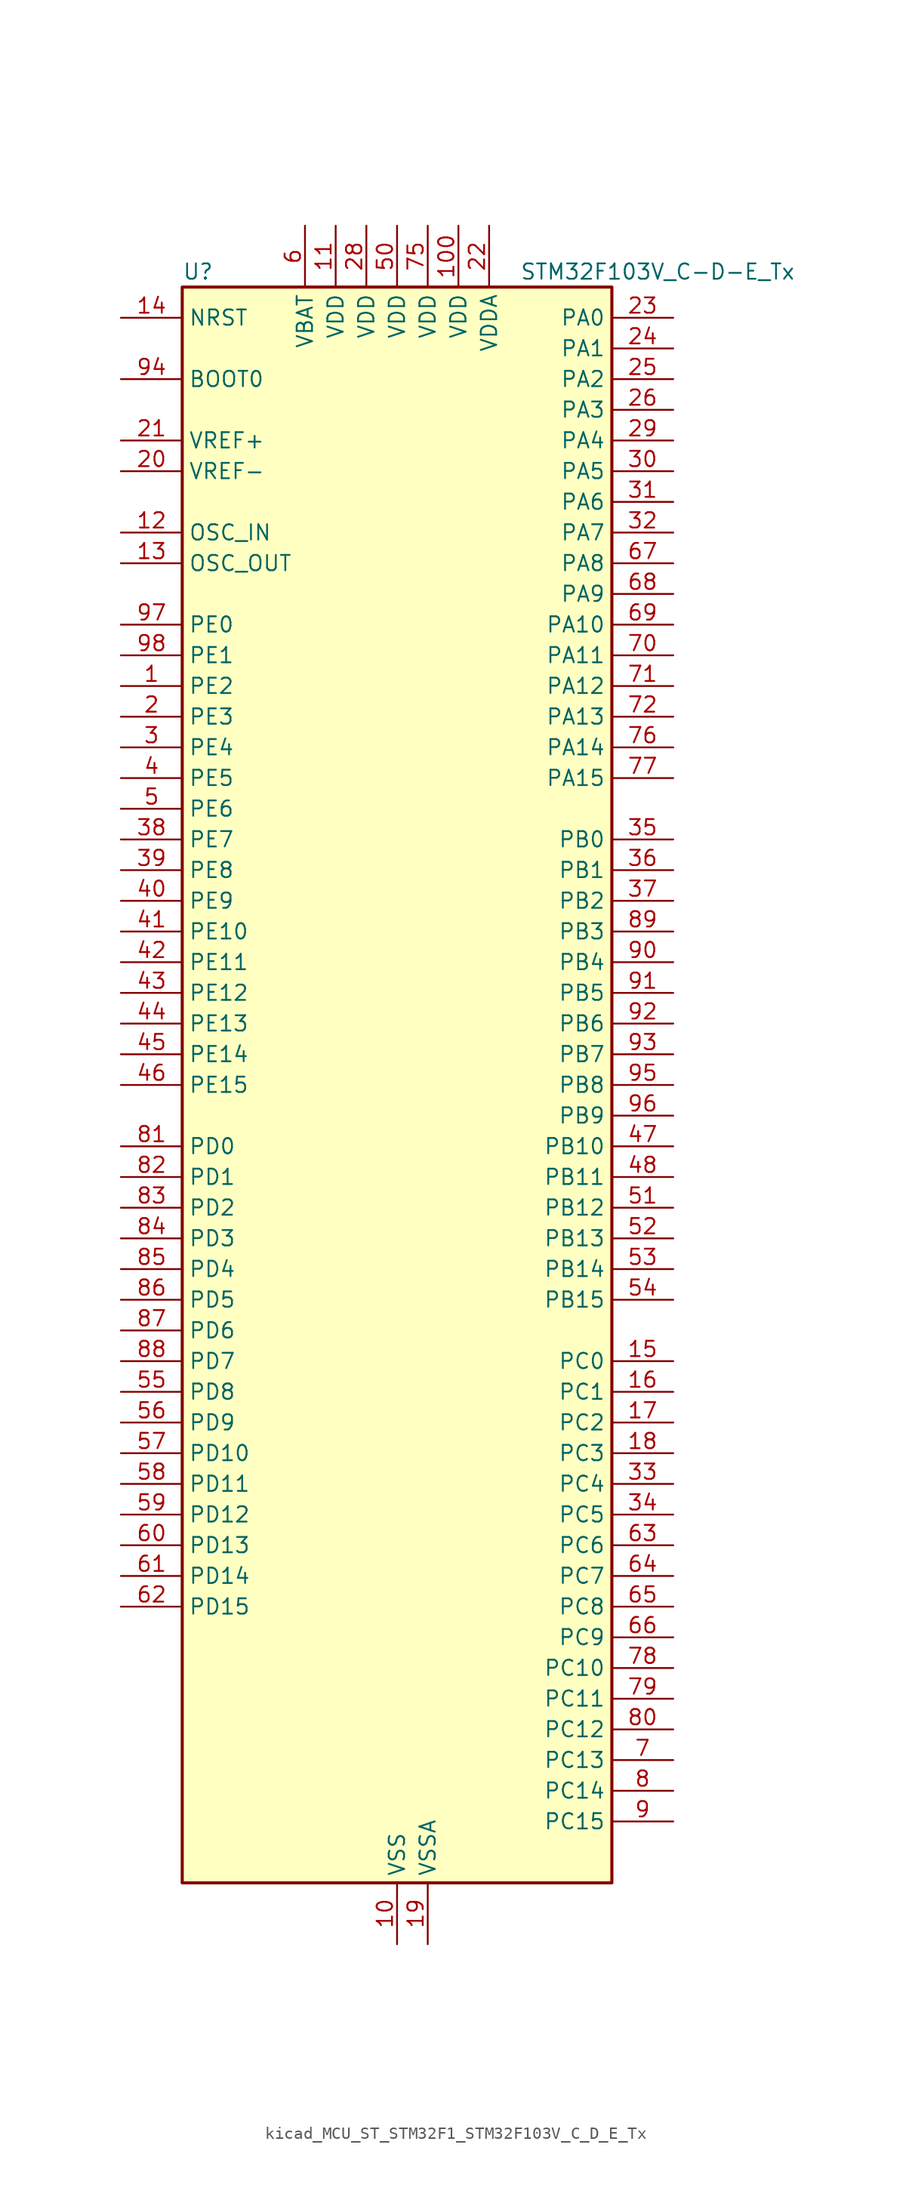
<source format=kicad_sym>
(kicad_symbol_lib
  (version 20220914)
  (generator kicad_symbol_editor)
  (symbol "kicad_MCU_ST_STM32F1_STM32F103V_C_D_E_Tx"
    (property "Reference" "U"
      (at -17.78 67.31 0)
      (effects (font (size 1.27 1.27)) (justify left)))
    (property "Value" "STM32F103V_C-D-E_Tx"
      (at 10.16 67.31 0)
      (effects (font (size 1.27 1.27)) (justify left)))
    (property "ki_locked" ""
      (at 0 0 0)
      (effects (font (size 1.27 1.27))))
    (symbol "kicad_MCU_ST_STM32F1_STM32F103V_C_D_E_Tx_0_1"
      (rectangle (start -17.78 -66.04) (end 17.78 66.04) (stroke (width 0.254) (type default)) (fill (type background))))
    (symbol "kicad_MCU_ST_STM32F1_STM32F103V_C_D_E_Tx_1_1"
      (pin bidirectional line (at -22.86 33.02 0) (length 5.08) (name "PE2" (effects (font (size 1.27 1.27)))) (number "1" (effects (font (size 1.27 1.27)))) (alternate "FSMC_A23" bidirectional line) (alternate "SYS_TRACECLK" bidirectional line))
      (pin power_in line (at 0 -71.12 90) (length 5.08) (name "VSS" (effects (font (size 1.27 1.27)))) (number "10" (effects (font (size 1.27 1.27)))))
      (pin power_in line (at 5.08 71.12 270) (length 5.08) (name "VDD" (effects (font (size 1.27 1.27)))) (number "100" (effects (font (size 1.27 1.27)))))
      (pin power_in line (at -5.08 71.12 270) (length 5.08) (name "VDD" (effects (font (size 1.27 1.27)))) (number "11" (effects (font (size 1.27 1.27)))))
      (pin input line (at -22.86 45.72 0) (length 5.08) (name "OSC_IN" (effects (font (size 1.27 1.27)))) (number "12" (effects (font (size 1.27 1.27)))) (alternate "RCC_OSC_IN" bidirectional line))
      (pin input line (at -22.86 43.18 0) (length 5.08) (name "OSC_OUT" (effects (font (size 1.27 1.27)))) (number "13" (effects (font (size 1.27 1.27)))) (alternate "RCC_OSC_OUT" bidirectional line))
      (pin input line (at -22.86 63.5 0) (length 5.08) (name "NRST" (effects (font (size 1.27 1.27)))) (number "14" (effects (font (size 1.27 1.27)))))
      (pin bidirectional line (at 22.86 -22.86 180) (length 5.08) (name "PC0" (effects (font (size 1.27 1.27)))) (number "15" (effects (font (size 1.27 1.27)))) (alternate "ADC1_IN10" bidirectional line) (alternate "ADC2_IN10" bidirectional line) (alternate "ADC3_IN10" bidirectional line))
      (pin bidirectional line (at 22.86 -25.4 180) (length 5.08) (name "PC1" (effects (font (size 1.27 1.27)))) (number "16" (effects (font (size 1.27 1.27)))) (alternate "ADC1_IN11" bidirectional line) (alternate "ADC2_IN11" bidirectional line) (alternate "ADC3_IN11" bidirectional line))
      (pin bidirectional line (at 22.86 -27.94 180) (length 5.08) (name "PC2" (effects (font (size 1.27 1.27)))) (number "17" (effects (font (size 1.27 1.27)))) (alternate "ADC1_IN12" bidirectional line) (alternate "ADC2_IN12" bidirectional line) (alternate "ADC3_IN12" bidirectional line))
      (pin bidirectional line (at 22.86 -30.48 180) (length 5.08) (name "PC3" (effects (font (size 1.27 1.27)))) (number "18" (effects (font (size 1.27 1.27)))) (alternate "ADC1_IN13" bidirectional line) (alternate "ADC2_IN13" bidirectional line) (alternate "ADC3_IN13" bidirectional line))
      (pin power_in line (at 2.54 -71.12 90) (length 5.08) (name "VSSA" (effects (font (size 1.27 1.27)))) (number "19" (effects (font (size 1.27 1.27)))))
      (pin bidirectional line (at -22.86 30.48 0) (length 5.08) (name "PE3" (effects (font (size 1.27 1.27)))) (number "2" (effects (font (size 1.27 1.27)))) (alternate "FSMC_A19" bidirectional line) (alternate "SYS_TRACED0" bidirectional line))
      (pin input line (at -22.86 50.8 0) (length 5.08) (name "VREF-" (effects (font (size 1.27 1.27)))) (number "20" (effects (font (size 1.27 1.27)))))
      (pin input line (at -22.86 53.34 0) (length 5.08) (name "VREF+" (effects (font (size 1.27 1.27)))) (number "21" (effects (font (size 1.27 1.27)))))
      (pin power_in line (at 7.62 71.12 270) (length 5.08) (name "VDDA" (effects (font (size 1.27 1.27)))) (number "22" (effects (font (size 1.27 1.27)))))
      (pin bidirectional line (at 22.86 63.5 180) (length 5.08) (name "PA0" (effects (font (size 1.27 1.27)))) (number "23" (effects (font (size 1.27 1.27)))) (alternate "ADC1_IN0" bidirectional line) (alternate "ADC2_IN0" bidirectional line) (alternate "ADC3_IN0" bidirectional line) (alternate "SYS_WKUP" bidirectional line) (alternate "TIM2_CH1" bidirectional line) (alternate "TIM2_ETR" bidirectional line) (alternate "TIM5_CH1" bidirectional line) (alternate "TIM8_ETR" bidirectional line) (alternate "USART2_CTS" bidirectional line))
      (pin bidirectional line (at 22.86 60.96 180) (length 5.08) (name "PA1" (effects (font (size 1.27 1.27)))) (number "24" (effects (font (size 1.27 1.27)))) (alternate "ADC1_IN1" bidirectional line) (alternate "ADC2_IN1" bidirectional line) (alternate "ADC3_IN1" bidirectional line) (alternate "TIM2_CH2" bidirectional line) (alternate "TIM5_CH2" bidirectional line) (alternate "USART2_RTS" bidirectional line))
      (pin bidirectional line (at 22.86 58.42 180) (length 5.08) (name "PA2" (effects (font (size 1.27 1.27)))) (number "25" (effects (font (size 1.27 1.27)))) (alternate "ADC1_IN2" bidirectional line) (alternate "ADC2_IN2" bidirectional line) (alternate "ADC3_IN2" bidirectional line) (alternate "TIM2_CH3" bidirectional line) (alternate "TIM5_CH3" bidirectional line) (alternate "USART2_TX" bidirectional line))
      (pin bidirectional line (at 22.86 55.88 180) (length 5.08) (name "PA3" (effects (font (size 1.27 1.27)))) (number "26" (effects (font (size 1.27 1.27)))) (alternate "ADC1_IN3" bidirectional line) (alternate "ADC2_IN3" bidirectional line) (alternate "ADC3_IN3" bidirectional line) (alternate "TIM2_CH4" bidirectional line) (alternate "TIM5_CH4" bidirectional line) (alternate "USART2_RX" bidirectional line))
      (pin passive line (at 0 -71.12 90) (length 5.08) hide (name "VSS" (effects (font (size 1.27 1.27)))) (number "27" (effects (font (size 1.27 1.27)))))
      (pin power_in line (at -2.54 71.12 270) (length 5.08) (name "VDD" (effects (font (size 1.27 1.27)))) (number "28" (effects (font (size 1.27 1.27)))))
      (pin bidirectional line (at 22.86 53.34 180) (length 5.08) (name "PA4" (effects (font (size 1.27 1.27)))) (number "29" (effects (font (size 1.27 1.27)))) (alternate "ADC1_IN4" bidirectional line) (alternate "ADC2_IN4" bidirectional line) (alternate "DAC_OUT1" bidirectional line) (alternate "SPI1_NSS" bidirectional line) (alternate "USART2_CK" bidirectional line))
      (pin bidirectional line (at -22.86 27.94 0) (length 5.08) (name "PE4" (effects (font (size 1.27 1.27)))) (number "3" (effects (font (size 1.27 1.27)))) (alternate "FSMC_A20" bidirectional line) (alternate "SYS_TRACED1" bidirectional line))
      (pin bidirectional line (at 22.86 50.8 180) (length 5.08) (name "PA5" (effects (font (size 1.27 1.27)))) (number "30" (effects (font (size 1.27 1.27)))) (alternate "ADC1_IN5" bidirectional line) (alternate "ADC2_IN5" bidirectional line) (alternate "DAC_OUT2" bidirectional line) (alternate "SPI1_SCK" bidirectional line))
      (pin bidirectional line (at 22.86 48.26 180) (length 5.08) (name "PA6" (effects (font (size 1.27 1.27)))) (number "31" (effects (font (size 1.27 1.27)))) (alternate "ADC1_IN6" bidirectional line) (alternate "ADC2_IN6" bidirectional line) (alternate "SPI1_MISO" bidirectional line) (alternate "TIM1_BKIN" bidirectional line) (alternate "TIM3_CH1" bidirectional line) (alternate "TIM8_BKIN" bidirectional line))
      (pin bidirectional line (at 22.86 45.72 180) (length 5.08) (name "PA7" (effects (font (size 1.27 1.27)))) (number "32" (effects (font (size 1.27 1.27)))) (alternate "ADC1_IN7" bidirectional line) (alternate "ADC2_IN7" bidirectional line) (alternate "SPI1_MOSI" bidirectional line) (alternate "TIM1_CH1N" bidirectional line) (alternate "TIM3_CH2" bidirectional line) (alternate "TIM8_CH1N" bidirectional line))
      (pin bidirectional line (at 22.86 -33.02 180) (length 5.08) (name "PC4" (effects (font (size 1.27 1.27)))) (number "33" (effects (font (size 1.27 1.27)))) (alternate "ADC1_IN14" bidirectional line) (alternate "ADC2_IN14" bidirectional line))
      (pin bidirectional line (at 22.86 -35.56 180) (length 5.08) (name "PC5" (effects (font (size 1.27 1.27)))) (number "34" (effects (font (size 1.27 1.27)))) (alternate "ADC1_IN15" bidirectional line) (alternate "ADC2_IN15" bidirectional line))
      (pin bidirectional line (at 22.86 20.32 180) (length 5.08) (name "PB0" (effects (font (size 1.27 1.27)))) (number "35" (effects (font (size 1.27 1.27)))) (alternate "ADC1_IN8" bidirectional line) (alternate "ADC2_IN8" bidirectional line) (alternate "TIM1_CH2N" bidirectional line) (alternate "TIM3_CH3" bidirectional line) (alternate "TIM8_CH2N" bidirectional line))
      (pin bidirectional line (at 22.86 17.78 180) (length 5.08) (name "PB1" (effects (font (size 1.27 1.27)))) (number "36" (effects (font (size 1.27 1.27)))) (alternate "ADC1_IN9" bidirectional line) (alternate "ADC2_IN9" bidirectional line) (alternate "TIM1_CH3N" bidirectional line) (alternate "TIM3_CH4" bidirectional line) (alternate "TIM8_CH3N" bidirectional line))
      (pin bidirectional line (at 22.86 15.24 180) (length 5.08) (name "PB2" (effects (font (size 1.27 1.27)))) (number "37" (effects (font (size 1.27 1.27)))))
      (pin bidirectional line (at -22.86 20.32 0) (length 5.08) (name "PE7" (effects (font (size 1.27 1.27)))) (number "38" (effects (font (size 1.27 1.27)))) (alternate "FSMC_D4" bidirectional line) (alternate "FSMC_DA4" bidirectional line) (alternate "TIM1_ETR" bidirectional line))
      (pin bidirectional line (at -22.86 17.78 0) (length 5.08) (name "PE8" (effects (font (size 1.27 1.27)))) (number "39" (effects (font (size 1.27 1.27)))) (alternate "FSMC_D5" bidirectional line) (alternate "FSMC_DA5" bidirectional line) (alternate "TIM1_CH1N" bidirectional line))
      (pin bidirectional line (at -22.86 25.4 0) (length 5.08) (name "PE5" (effects (font (size 1.27 1.27)))) (number "4" (effects (font (size 1.27 1.27)))) (alternate "FSMC_A21" bidirectional line) (alternate "SYS_TRACED2" bidirectional line))
      (pin bidirectional line (at -22.86 15.24 0) (length 5.08) (name "PE9" (effects (font (size 1.27 1.27)))) (number "40" (effects (font (size 1.27 1.27)))) (alternate "DAC_EXTI9" bidirectional line) (alternate "FSMC_D6" bidirectional line) (alternate "FSMC_DA6" bidirectional line) (alternate "TIM1_CH1" bidirectional line))
      (pin bidirectional line (at -22.86 12.7 0) (length 5.08) (name "PE10" (effects (font (size 1.27 1.27)))) (number "41" (effects (font (size 1.27 1.27)))) (alternate "FSMC_D7" bidirectional line) (alternate "FSMC_DA7" bidirectional line) (alternate "TIM1_CH2N" bidirectional line))
      (pin bidirectional line (at -22.86 10.16 0) (length 5.08) (name "PE11" (effects (font (size 1.27 1.27)))) (number "42" (effects (font (size 1.27 1.27)))) (alternate "ADC1_EXTI11" bidirectional line) (alternate "ADC2_EXTI11" bidirectional line) (alternate "FSMC_D8" bidirectional line) (alternate "FSMC_DA8" bidirectional line) (alternate "TIM1_CH2" bidirectional line))
      (pin bidirectional line (at -22.86 7.62 0) (length 5.08) (name "PE12" (effects (font (size 1.27 1.27)))) (number "43" (effects (font (size 1.27 1.27)))) (alternate "FSMC_D9" bidirectional line) (alternate "FSMC_DA9" bidirectional line) (alternate "TIM1_CH3N" bidirectional line))
      (pin bidirectional line (at -22.86 5.08 0) (length 5.08) (name "PE13" (effects (font (size 1.27 1.27)))) (number "44" (effects (font (size 1.27 1.27)))) (alternate "FSMC_D10" bidirectional line) (alternate "FSMC_DA10" bidirectional line) (alternate "TIM1_CH3" bidirectional line))
      (pin bidirectional line (at -22.86 2.54 0) (length 5.08) (name "PE14" (effects (font (size 1.27 1.27)))) (number "45" (effects (font (size 1.27 1.27)))) (alternate "FSMC_D11" bidirectional line) (alternate "FSMC_DA11" bidirectional line) (alternate "TIM1_CH4" bidirectional line))
      (pin bidirectional line (at -22.86 0 0) (length 5.08) (name "PE15" (effects (font (size 1.27 1.27)))) (number "46" (effects (font (size 1.27 1.27)))) (alternate "ADC1_EXTI15" bidirectional line) (alternate "ADC2_EXTI15" bidirectional line) (alternate "FSMC_D12" bidirectional line) (alternate "FSMC_DA12" bidirectional line) (alternate "TIM1_BKIN" bidirectional line))
      (pin bidirectional line (at 22.86 -5.08 180) (length 5.08) (name "PB10" (effects (font (size 1.27 1.27)))) (number "47" (effects (font (size 1.27 1.27)))) (alternate "I2C2_SCL" bidirectional line) (alternate "TIM2_CH3" bidirectional line) (alternate "USART3_TX" bidirectional line))
      (pin bidirectional line (at 22.86 -7.62 180) (length 5.08) (name "PB11" (effects (font (size 1.27 1.27)))) (number "48" (effects (font (size 1.27 1.27)))) (alternate "ADC1_EXTI11" bidirectional line) (alternate "ADC2_EXTI11" bidirectional line) (alternate "I2C2_SDA" bidirectional line) (alternate "TIM2_CH4" bidirectional line) (alternate "USART3_RX" bidirectional line))
      (pin passive line (at 0 -71.12 90) (length 5.08) hide (name "VSS" (effects (font (size 1.27 1.27)))) (number "49" (effects (font (size 1.27 1.27)))))
      (pin bidirectional line (at -22.86 22.86 0) (length 5.08) (name "PE6" (effects (font (size 1.27 1.27)))) (number "5" (effects (font (size 1.27 1.27)))) (alternate "FSMC_A22" bidirectional line) (alternate "SYS_TRACED3" bidirectional line))
      (pin power_in line (at 0 71.12 270) (length 5.08) (name "VDD" (effects (font (size 1.27 1.27)))) (number "50" (effects (font (size 1.27 1.27)))))
      (pin bidirectional line (at 22.86 -10.16 180) (length 5.08) (name "PB12" (effects (font (size 1.27 1.27)))) (number "51" (effects (font (size 1.27 1.27)))) (alternate "I2C2_SMBA" bidirectional line) (alternate "I2S2_WS" bidirectional line) (alternate "SPI2_NSS" bidirectional line) (alternate "TIM1_BKIN" bidirectional line) (alternate "USART3_CK" bidirectional line))
      (pin bidirectional line (at 22.86 -12.7 180) (length 5.08) (name "PB13" (effects (font (size 1.27 1.27)))) (number "52" (effects (font (size 1.27 1.27)))) (alternate "I2S2_CK" bidirectional line) (alternate "SPI2_SCK" bidirectional line) (alternate "TIM1_CH1N" bidirectional line) (alternate "USART3_CTS" bidirectional line))
      (pin bidirectional line (at 22.86 -15.24 180) (length 5.08) (name "PB14" (effects (font (size 1.27 1.27)))) (number "53" (effects (font (size 1.27 1.27)))) (alternate "SPI2_MISO" bidirectional line) (alternate "TIM1_CH2N" bidirectional line) (alternate "USART3_RTS" bidirectional line))
      (pin bidirectional line (at 22.86 -17.78 180) (length 5.08) (name "PB15" (effects (font (size 1.27 1.27)))) (number "54" (effects (font (size 1.27 1.27)))) (alternate "ADC1_EXTI15" bidirectional line) (alternate "ADC2_EXTI15" bidirectional line) (alternate "I2S2_SD" bidirectional line) (alternate "SPI2_MOSI" bidirectional line) (alternate "TIM1_CH3N" bidirectional line))
      (pin bidirectional line (at -22.86 -25.4 0) (length 5.08) (name "PD8" (effects (font (size 1.27 1.27)))) (number "55" (effects (font (size 1.27 1.27)))) (alternate "FSMC_D13" bidirectional line) (alternate "FSMC_DA13" bidirectional line) (alternate "USART3_TX" bidirectional line))
      (pin bidirectional line (at -22.86 -27.94 0) (length 5.08) (name "PD9" (effects (font (size 1.27 1.27)))) (number "56" (effects (font (size 1.27 1.27)))) (alternate "DAC_EXTI9" bidirectional line) (alternate "FSMC_D14" bidirectional line) (alternate "FSMC_DA14" bidirectional line) (alternate "USART3_RX" bidirectional line))
      (pin bidirectional line (at -22.86 -30.48 0) (length 5.08) (name "PD10" (effects (font (size 1.27 1.27)))) (number "57" (effects (font (size 1.27 1.27)))) (alternate "FSMC_D15" bidirectional line) (alternate "FSMC_DA15" bidirectional line) (alternate "USART3_CK" bidirectional line))
      (pin bidirectional line (at -22.86 -33.02 0) (length 5.08) (name "PD11" (effects (font (size 1.27 1.27)))) (number "58" (effects (font (size 1.27 1.27)))) (alternate "ADC1_EXTI11" bidirectional line) (alternate "ADC2_EXTI11" bidirectional line) (alternate "FSMC_A16" bidirectional line) (alternate "FSMC_CLE" bidirectional line) (alternate "USART3_CTS" bidirectional line))
      (pin bidirectional line (at -22.86 -35.56 0) (length 5.08) (name "PD12" (effects (font (size 1.27 1.27)))) (number "59" (effects (font (size 1.27 1.27)))) (alternate "FSMC_A17" bidirectional line) (alternate "FSMC_ALE" bidirectional line) (alternate "TIM4_CH1" bidirectional line) (alternate "USART3_RTS" bidirectional line))
      (pin power_in line (at -7.62 71.12 270) (length 5.08) (name "VBAT" (effects (font (size 1.27 1.27)))) (number "6" (effects (font (size 1.27 1.27)))))
      (pin bidirectional line (at -22.86 -38.1 0) (length 5.08) (name "PD13" (effects (font (size 1.27 1.27)))) (number "60" (effects (font (size 1.27 1.27)))) (alternate "FSMC_A18" bidirectional line) (alternate "TIM4_CH2" bidirectional line))
      (pin bidirectional line (at -22.86 -40.64 0) (length 5.08) (name "PD14" (effects (font (size 1.27 1.27)))) (number "61" (effects (font (size 1.27 1.27)))) (alternate "FSMC_D0" bidirectional line) (alternate "FSMC_DA0" bidirectional line) (alternate "TIM4_CH3" bidirectional line))
      (pin bidirectional line (at -22.86 -43.18 0) (length 5.08) (name "PD15" (effects (font (size 1.27 1.27)))) (number "62" (effects (font (size 1.27 1.27)))) (alternate "ADC1_EXTI15" bidirectional line) (alternate "ADC2_EXTI15" bidirectional line) (alternate "FSMC_D1" bidirectional line) (alternate "FSMC_DA1" bidirectional line) (alternate "TIM4_CH4" bidirectional line))
      (pin bidirectional line (at 22.86 -38.1 180) (length 5.08) (name "PC6" (effects (font (size 1.27 1.27)))) (number "63" (effects (font (size 1.27 1.27)))) (alternate "I2S2_MCK" bidirectional line) (alternate "SDIO_D6" bidirectional line) (alternate "TIM3_CH1" bidirectional line) (alternate "TIM8_CH1" bidirectional line))
      (pin bidirectional line (at 22.86 -40.64 180) (length 5.08) (name "PC7" (effects (font (size 1.27 1.27)))) (number "64" (effects (font (size 1.27 1.27)))) (alternate "I2S3_MCK" bidirectional line) (alternate "SDIO_D7" bidirectional line) (alternate "TIM3_CH2" bidirectional line) (alternate "TIM8_CH2" bidirectional line))
      (pin bidirectional line (at 22.86 -43.18 180) (length 5.08) (name "PC8" (effects (font (size 1.27 1.27)))) (number "65" (effects (font (size 1.27 1.27)))) (alternate "SDIO_D0" bidirectional line) (alternate "TIM3_CH3" bidirectional line) (alternate "TIM8_CH3" bidirectional line))
      (pin bidirectional line (at 22.86 -45.72 180) (length 5.08) (name "PC9" (effects (font (size 1.27 1.27)))) (number "66" (effects (font (size 1.27 1.27)))) (alternate "DAC_EXTI9" bidirectional line) (alternate "SDIO_D1" bidirectional line) (alternate "TIM3_CH4" bidirectional line) (alternate "TIM8_CH4" bidirectional line))
      (pin bidirectional line (at 22.86 43.18 180) (length 5.08) (name "PA8" (effects (font (size 1.27 1.27)))) (number "67" (effects (font (size 1.27 1.27)))) (alternate "RCC_MCO" bidirectional line) (alternate "TIM1_CH1" bidirectional line) (alternate "USART1_CK" bidirectional line))
      (pin bidirectional line (at 22.86 40.64 180) (length 5.08) (name "PA9" (effects (font (size 1.27 1.27)))) (number "68" (effects (font (size 1.27 1.27)))) (alternate "DAC_EXTI9" bidirectional line) (alternate "TIM1_CH2" bidirectional line) (alternate "USART1_TX" bidirectional line))
      (pin bidirectional line (at 22.86 38.1 180) (length 5.08) (name "PA10" (effects (font (size 1.27 1.27)))) (number "69" (effects (font (size 1.27 1.27)))) (alternate "TIM1_CH3" bidirectional line) (alternate "USART1_RX" bidirectional line))
      (pin bidirectional line (at 22.86 -55.88 180) (length 5.08) (name "PC13" (effects (font (size 1.27 1.27)))) (number "7" (effects (font (size 1.27 1.27)))) (alternate "RTC_OUT" bidirectional line) (alternate "RTC_TAMPER" bidirectional line))
      (pin bidirectional line (at 22.86 35.56 180) (length 5.08) (name "PA11" (effects (font (size 1.27 1.27)))) (number "70" (effects (font (size 1.27 1.27)))) (alternate "ADC1_EXTI11" bidirectional line) (alternate "ADC2_EXTI11" bidirectional line) (alternate "CAN_RX" bidirectional line) (alternate "TIM1_CH4" bidirectional line) (alternate "USART1_CTS" bidirectional line) (alternate "USB_DM" bidirectional line))
      (pin bidirectional line (at 22.86 33.02 180) (length 5.08) (name "PA12" (effects (font (size 1.27 1.27)))) (number "71" (effects (font (size 1.27 1.27)))) (alternate "CAN_TX" bidirectional line) (alternate "TIM1_ETR" bidirectional line) (alternate "USART1_RTS" bidirectional line) (alternate "USB_DP" bidirectional line))
      (pin bidirectional line (at 22.86 30.48 180) (length 5.08) (name "PA13" (effects (font (size 1.27 1.27)))) (number "72" (effects (font (size 1.27 1.27)))) (alternate "SYS_JTMS-SWDIO" bidirectional line))
      (pin no_connect line (at -17.78 -66.04 0) (length 5.08) hide (name "NC" (effects (font (size 1.27 1.27)))) (number "73" (effects (font (size 1.27 1.27)))))
      (pin passive line (at 0 -71.12 90) (length 5.08) hide (name "VSS" (effects (font (size 1.27 1.27)))) (number "74" (effects (font (size 1.27 1.27)))))
      (pin power_in line (at 2.54 71.12 270) (length 5.08) (name "VDD" (effects (font (size 1.27 1.27)))) (number "75" (effects (font (size 1.27 1.27)))))
      (pin bidirectional line (at 22.86 27.94 180) (length 5.08) (name "PA14" (effects (font (size 1.27 1.27)))) (number "76" (effects (font (size 1.27 1.27)))) (alternate "SYS_JTCK-SWCLK" bidirectional line))
      (pin bidirectional line (at 22.86 25.4 180) (length 5.08) (name "PA15" (effects (font (size 1.27 1.27)))) (number "77" (effects (font (size 1.27 1.27)))) (alternate "ADC1_EXTI15" bidirectional line) (alternate "ADC2_EXTI15" bidirectional line) (alternate "I2S3_WS" bidirectional line) (alternate "SPI1_NSS" bidirectional line) (alternate "SPI3_NSS" bidirectional line) (alternate "SYS_JTDI" bidirectional line) (alternate "TIM2_CH1" bidirectional line) (alternate "TIM2_ETR" bidirectional line))
      (pin bidirectional line (at 22.86 -48.26 180) (length 5.08) (name "PC10" (effects (font (size 1.27 1.27)))) (number "78" (effects (font (size 1.27 1.27)))) (alternate "SDIO_D2" bidirectional line) (alternate "UART4_TX" bidirectional line) (alternate "USART3_TX" bidirectional line))
      (pin bidirectional line (at 22.86 -50.8 180) (length 5.08) (name "PC11" (effects (font (size 1.27 1.27)))) (number "79" (effects (font (size 1.27 1.27)))) (alternate "ADC1_EXTI11" bidirectional line) (alternate "ADC2_EXTI11" bidirectional line) (alternate "SDIO_D3" bidirectional line) (alternate "UART4_RX" bidirectional line) (alternate "USART3_RX" bidirectional line))
      (pin bidirectional line (at 22.86 -58.42 180) (length 5.08) (name "PC14" (effects (font (size 1.27 1.27)))) (number "8" (effects (font (size 1.27 1.27)))) (alternate "RCC_OSC32_IN" bidirectional line))
      (pin bidirectional line (at 22.86 -53.34 180) (length 5.08) (name "PC12" (effects (font (size 1.27 1.27)))) (number "80" (effects (font (size 1.27 1.27)))) (alternate "SDIO_CK" bidirectional line) (alternate "UART5_TX" bidirectional line) (alternate "USART3_CK" bidirectional line))
      (pin bidirectional line (at -22.86 -5.08 0) (length 5.08) (name "PD0" (effects (font (size 1.27 1.27)))) (number "81" (effects (font (size 1.27 1.27)))) (alternate "CAN_RX" bidirectional line) (alternate "FSMC_D2" bidirectional line) (alternate "FSMC_DA2" bidirectional line))
      (pin bidirectional line (at -22.86 -7.62 0) (length 5.08) (name "PD1" (effects (font (size 1.27 1.27)))) (number "82" (effects (font (size 1.27 1.27)))) (alternate "CAN_TX" bidirectional line) (alternate "FSMC_D3" bidirectional line) (alternate "FSMC_DA3" bidirectional line))
      (pin bidirectional line (at -22.86 -10.16 0) (length 5.08) (name "PD2" (effects (font (size 1.27 1.27)))) (number "83" (effects (font (size 1.27 1.27)))) (alternate "SDIO_CMD" bidirectional line) (alternate "TIM3_ETR" bidirectional line) (alternate "UART5_RX" bidirectional line))
      (pin bidirectional line (at -22.86 -12.7 0) (length 5.08) (name "PD3" (effects (font (size 1.27 1.27)))) (number "84" (effects (font (size 1.27 1.27)))) (alternate "FSMC_CLK" bidirectional line) (alternate "USART2_CTS" bidirectional line))
      (pin bidirectional line (at -22.86 -15.24 0) (length 5.08) (name "PD4" (effects (font (size 1.27 1.27)))) (number "85" (effects (font (size 1.27 1.27)))) (alternate "FSMC_NOE" bidirectional line) (alternate "USART2_RTS" bidirectional line))
      (pin bidirectional line (at -22.86 -17.78 0) (length 5.08) (name "PD5" (effects (font (size 1.27 1.27)))) (number "86" (effects (font (size 1.27 1.27)))) (alternate "FSMC_NWE" bidirectional line) (alternate "USART2_TX" bidirectional line))
      (pin bidirectional line (at -22.86 -20.32 0) (length 5.08) (name "PD6" (effects (font (size 1.27 1.27)))) (number "87" (effects (font (size 1.27 1.27)))) (alternate "FSMC_NWAIT" bidirectional line) (alternate "USART2_RX" bidirectional line))
      (pin bidirectional line (at -22.86 -22.86 0) (length 5.08) (name "PD7" (effects (font (size 1.27 1.27)))) (number "88" (effects (font (size 1.27 1.27)))) (alternate "FSMC_NCE2" bidirectional line) (alternate "FSMC_NE1" bidirectional line) (alternate "USART2_CK" bidirectional line))
      (pin bidirectional line (at 22.86 12.7 180) (length 5.08) (name "PB3" (effects (font (size 1.27 1.27)))) (number "89" (effects (font (size 1.27 1.27)))) (alternate "I2S3_CK" bidirectional line) (alternate "SPI1_SCK" bidirectional line) (alternate "SPI3_SCK" bidirectional line) (alternate "SYS_JTDO-TRACESWO" bidirectional line) (alternate "TIM2_CH2" bidirectional line))
      (pin bidirectional line (at 22.86 -60.96 180) (length 5.08) (name "PC15" (effects (font (size 1.27 1.27)))) (number "9" (effects (font (size 1.27 1.27)))) (alternate "ADC1_EXTI15" bidirectional line) (alternate "ADC2_EXTI15" bidirectional line) (alternate "RCC_OSC32_OUT" bidirectional line))
      (pin bidirectional line (at 22.86 10.16 180) (length 5.08) (name "PB4" (effects (font (size 1.27 1.27)))) (number "90" (effects (font (size 1.27 1.27)))) (alternate "SPI1_MISO" bidirectional line) (alternate "SPI3_MISO" bidirectional line) (alternate "SYS_NJTRST" bidirectional line) (alternate "TIM3_CH1" bidirectional line))
      (pin bidirectional line (at 22.86 7.62 180) (length 5.08) (name "PB5" (effects (font (size 1.27 1.27)))) (number "91" (effects (font (size 1.27 1.27)))) (alternate "I2C1_SMBA" bidirectional line) (alternate "I2S3_SD" bidirectional line) (alternate "SPI1_MOSI" bidirectional line) (alternate "SPI3_MOSI" bidirectional line) (alternate "TIM3_CH2" bidirectional line))
      (pin bidirectional line (at 22.86 5.08 180) (length 5.08) (name "PB6" (effects (font (size 1.27 1.27)))) (number "92" (effects (font (size 1.27 1.27)))) (alternate "I2C1_SCL" bidirectional line) (alternate "TIM4_CH1" bidirectional line) (alternate "USART1_TX" bidirectional line))
      (pin bidirectional line (at 22.86 2.54 180) (length 5.08) (name "PB7" (effects (font (size 1.27 1.27)))) (number "93" (effects (font (size 1.27 1.27)))) (alternate "FSMC_NL" bidirectional line) (alternate "I2C1_SDA" bidirectional line) (alternate "TIM4_CH2" bidirectional line) (alternate "USART1_RX" bidirectional line))
      (pin input line (at -22.86 58.42 0) (length 5.08) (name "BOOT0" (effects (font (size 1.27 1.27)))) (number "94" (effects (font (size 1.27 1.27)))))
      (pin bidirectional line (at 22.86 0 180) (length 5.08) (name "PB8" (effects (font (size 1.27 1.27)))) (number "95" (effects (font (size 1.27 1.27)))) (alternate "CAN_RX" bidirectional line) (alternate "I2C1_SCL" bidirectional line) (alternate "SDIO_D4" bidirectional line) (alternate "TIM4_CH3" bidirectional line))
      (pin bidirectional line (at 22.86 -2.54 180) (length 5.08) (name "PB9" (effects (font (size 1.27 1.27)))) (number "96" (effects (font (size 1.27 1.27)))) (alternate "CAN_TX" bidirectional line) (alternate "DAC_EXTI9" bidirectional line) (alternate "I2C1_SDA" bidirectional line) (alternate "SDIO_D5" bidirectional line) (alternate "TIM4_CH4" bidirectional line))
      (pin bidirectional line (at -22.86 38.1 0) (length 5.08) (name "PE0" (effects (font (size 1.27 1.27)))) (number "97" (effects (font (size 1.27 1.27)))) (alternate "FSMC_NBL0" bidirectional line) (alternate "TIM4_ETR" bidirectional line))
      (pin bidirectional line (at -22.86 35.56 0) (length 5.08) (name "PE1" (effects (font (size 1.27 1.27)))) (number "98" (effects (font (size 1.27 1.27)))) (alternate "FSMC_NBL1" bidirectional line))
      (pin passive line (at 0 -71.12 90) (length 5.08) hide (name "VSS" (effects (font (size 1.27 1.27)))) (number "99" (effects (font (size 1.27 1.27))))))))
</source>
